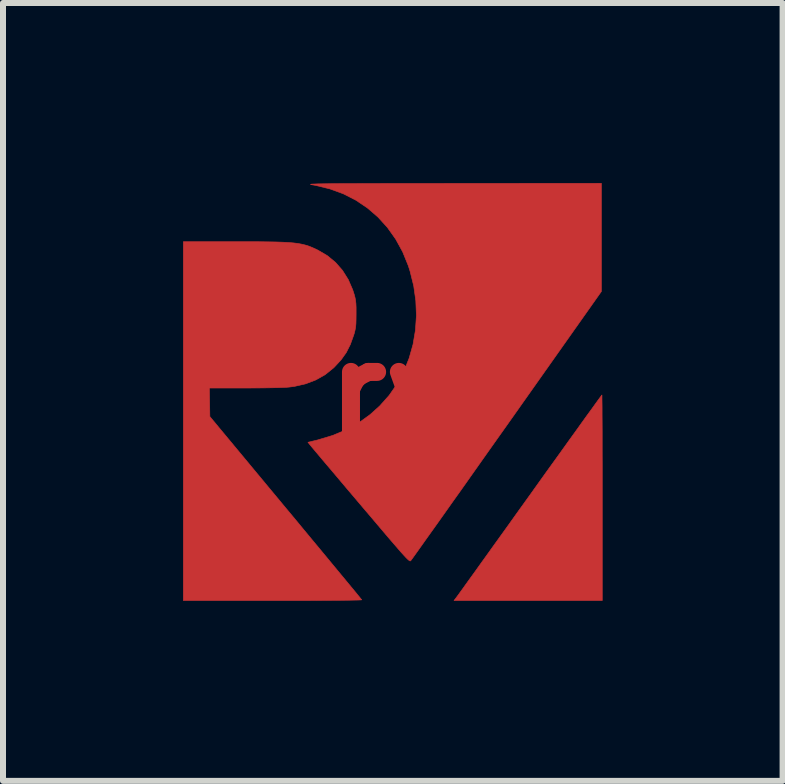
<source format=kicad_pcb>
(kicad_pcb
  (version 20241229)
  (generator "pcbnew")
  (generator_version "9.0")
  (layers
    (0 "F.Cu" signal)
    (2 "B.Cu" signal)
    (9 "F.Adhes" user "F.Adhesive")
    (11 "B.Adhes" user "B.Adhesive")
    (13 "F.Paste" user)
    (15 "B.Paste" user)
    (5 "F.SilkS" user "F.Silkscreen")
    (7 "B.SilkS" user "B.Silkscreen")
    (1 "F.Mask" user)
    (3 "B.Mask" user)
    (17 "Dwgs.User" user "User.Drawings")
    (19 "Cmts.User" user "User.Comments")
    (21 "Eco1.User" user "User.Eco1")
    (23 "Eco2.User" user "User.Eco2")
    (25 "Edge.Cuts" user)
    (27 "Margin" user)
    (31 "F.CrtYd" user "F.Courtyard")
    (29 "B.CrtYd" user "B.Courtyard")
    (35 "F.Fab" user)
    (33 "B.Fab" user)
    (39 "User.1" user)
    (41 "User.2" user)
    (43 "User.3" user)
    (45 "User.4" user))
  (footprint "rv"
    (layer "F.Cu")
    (at 3.488 3.474)
    (property "Reference" "rv" (at 0 0 0) (layer "F.Cu") (effects (font (size 1.524 1.524) (thickness 0.3))))
    (attr through_hole)
    (fp_poly (pts (xy 3.493 0.072) (xy 3.493 0.114) (xy 3.494 0.181) (xy 3.495 0.271) (xy 3.495 0.384) (xy 3.496 0.516) (xy 3.497 0.667) (xy 3.497 0.834) (xy 3.497 1.016) (xy 3.498 1.211) (xy 3.498 1.417) (xy 3.498 1.633) (xy 3.498 1.771) (xy 3.498 3.483) (xy 1.028 3.483) (xy 1.08 3.414) (xy 1.094 3.395) (xy 1.125 3.352) (xy 1.17 3.29) (xy 1.229 3.207) (xy 1.301 3.107) (xy 1.385 2.991) (xy 1.479 2.859) (xy 1.584 2.713) (xy 1.697 2.555) (xy 1.818 2.387) (xy 1.946 2.209) (xy 2.079 2.022) (xy 2.217 1.83) (xy 2.309 1.702) (xy 2.448 1.507) (xy 2.583 1.318) (xy 2.713 1.138) (xy 2.836 0.967) (xy 2.951 0.806) (xy 3.058 0.658) (xy 3.155 0.522) (xy 3.242 0.401) (xy 3.318 0.297) (xy 3.381 0.209) (xy 3.431 0.14) (xy 3.467 0.091) (xy 3.487 0.064) (xy 3.492 0.058) (xy 3.493 0.072)) (stroke (width 0.01) (type solid)) (fill yes) (layer "F.Cu"))
    (fp_poly (pts (xy -2.623 -2.496) (xy -2.417 -2.496) (xy -2.237 -2.496) (xy -2.08 -2.494) (xy -1.946 -2.492) (xy -1.83 -2.488) (xy -1.732 -2.483) (xy -1.647 -2.476) (xy -1.574 -2.467) (xy -1.51 -2.455) (xy -1.452 -2.441) (xy -1.399 -2.425) (xy -1.348 -2.405) (xy -1.295 -2.382) (xy -1.241 -2.356) (xy -1.084 -2.264) (xy -0.947 -2.151) (xy -0.83 -2.017) (xy -0.734 -1.864) (xy -0.66 -1.693) (xy -0.636 -1.618) (xy -0.622 -1.566) (xy -0.613 -1.518) (xy -0.607 -1.465) (xy -0.604 -1.4) (xy -0.604 -1.316) (xy -0.604 -1.285) (xy -0.605 -1.195) (xy -0.607 -1.127) (xy -0.612 -1.073) (xy -0.621 -1.024) (xy -0.633 -0.975) (xy -0.644 -0.939) (xy -0.7 -0.784) (xy -0.768 -0.649) (xy -0.855 -0.527) (xy -0.964 -0.409) (xy -0.983 -0.391) (xy -1.121 -0.28) (xy -1.275 -0.193) (xy -1.445 -0.128) (xy -1.633 -0.085) (xy -1.718 -0.074) (xy -1.763 -0.07) (xy -1.834 -0.067) (xy -1.925 -0.064) (xy -2.033 -0.062) (xy -2.154 -0.06) (xy -2.284 -0.059) (xy -2.419 -0.058) (xy -2.453 -0.058) (xy -3.049 -0.058) (xy -3.045 0.18) (xy -3.041 0.418) (xy -1.778 1.939) (xy -1.626 2.121) (xy -1.48 2.298) (xy -1.34 2.467) (xy -1.207 2.627) (xy -1.082 2.778) (xy -0.967 2.917) (xy -0.862 3.044) (xy -0.769 3.156) (xy -0.688 3.254) (xy -0.621 3.335) (xy -0.569 3.399) (xy -0.533 3.443) (xy -0.514 3.467) (xy -0.51 3.471) (xy -0.524 3.473) (xy -0.565 3.475) (xy -0.63 3.476) (xy -0.72 3.478) (xy -0.83 3.479) (xy -0.96 3.48) (xy -1.108 3.481) (xy -1.271 3.482) (xy -1.448 3.483) (xy -1.637 3.483) (xy -1.835 3.483) (xy -1.995 3.483) (xy -3.483 3.483) (xy -3.483 -2.496) (xy -2.623 -2.496)) (stroke (width 0.01) (type solid)) (fill yes) (layer "F.Cu"))
    (fp_poly (pts (xy 3.483 -1.667) (xy 1.907 0.564) (xy 1.745 0.792) (xy 1.588 1.014) (xy 1.436 1.229) (xy 1.29 1.436) (xy 1.151 1.633) (xy 1.019 1.818) (xy 0.896 1.992) (xy 0.782 2.153) (xy 0.678 2.299) (xy 0.585 2.429) (xy 0.504 2.543) (xy 0.436 2.639) (xy 0.381 2.716) (xy 0.341 2.772) (xy 0.315 2.807) (xy 0.306 2.82) (xy 0.301 2.823) (xy 0.294 2.823) (xy 0.285 2.819) (xy 0.271 2.809) (xy 0.251 2.791) (xy 0.225 2.765) (xy 0.192 2.729) (xy 0.149 2.682) (xy 0.097 2.622) (xy 0.033 2.548) (xy -0.044 2.459) (xy -0.134 2.353) (xy -0.239 2.229) (xy -0.36 2.086) (xy -0.499 1.923) (xy -0.53 1.886) (xy -0.653 1.741) (xy -0.771 1.602) (xy -0.882 1.47) (xy -0.985 1.348) (xy -1.08 1.236) (xy -1.164 1.137) (xy -1.236 1.051) (xy -1.294 0.982) (xy -1.338 0.93) (xy -1.365 0.897) (xy -1.374 0.886) (xy -1.406 0.846) (xy -1.244 0.807) (xy -0.998 0.733) (xy -0.771 0.639) (xy -0.562 0.523) (xy -0.37 0.384) (xy -0.21 0.24) (xy -0.053 0.064) (xy 0.081 -0.129) (xy 0.192 -0.336) (xy 0.28 -0.556) (xy 0.345 -0.786) (xy 0.385 -1.023) (xy 0.401 -1.266) (xy 0.391 -1.512) (xy 0.356 -1.76) (xy 0.295 -2.005) (xy 0.266 -2.096) (xy 0.172 -2.327) (xy 0.055 -2.54) (xy -0.082 -2.733) (xy -0.239 -2.906) (xy -0.415 -3.058) (xy -0.608 -3.188) (xy -0.818 -3.295) (xy -1.043 -3.377) (xy -1.282 -3.435) (xy -1.344 -3.446) (xy -1.358 -3.449) (xy -1.364 -3.451) (xy -1.362 -3.453) (xy -1.35 -3.455) (xy -1.327 -3.457) (xy -1.292 -3.458) (xy -1.243 -3.46) (xy -1.181 -3.461) (xy -1.102 -3.462) (xy -1.007 -3.463) (xy -0.894 -3.464) (xy -0.762 -3.465) (xy -0.61 -3.465) (xy -0.436 -3.466) (xy -0.24 -3.466) (xy -0.021 -3.467) (xy 0.224 -3.467) (xy 0.494 -3.467) (xy 0.792 -3.467) (xy 1.005 -3.468) (xy 3.483 -3.469) (xy 3.483 -1.667)) (stroke (width 0.01) (type solid)) (fill yes) (layer "F.Cu")))
  (gr_rect
    (start -3 -3)
    (end 9.991 9.962)
    (stroke (width 0.1) (type default))
    (fill no)
    (layer "Edge.Cuts")))
</source>
